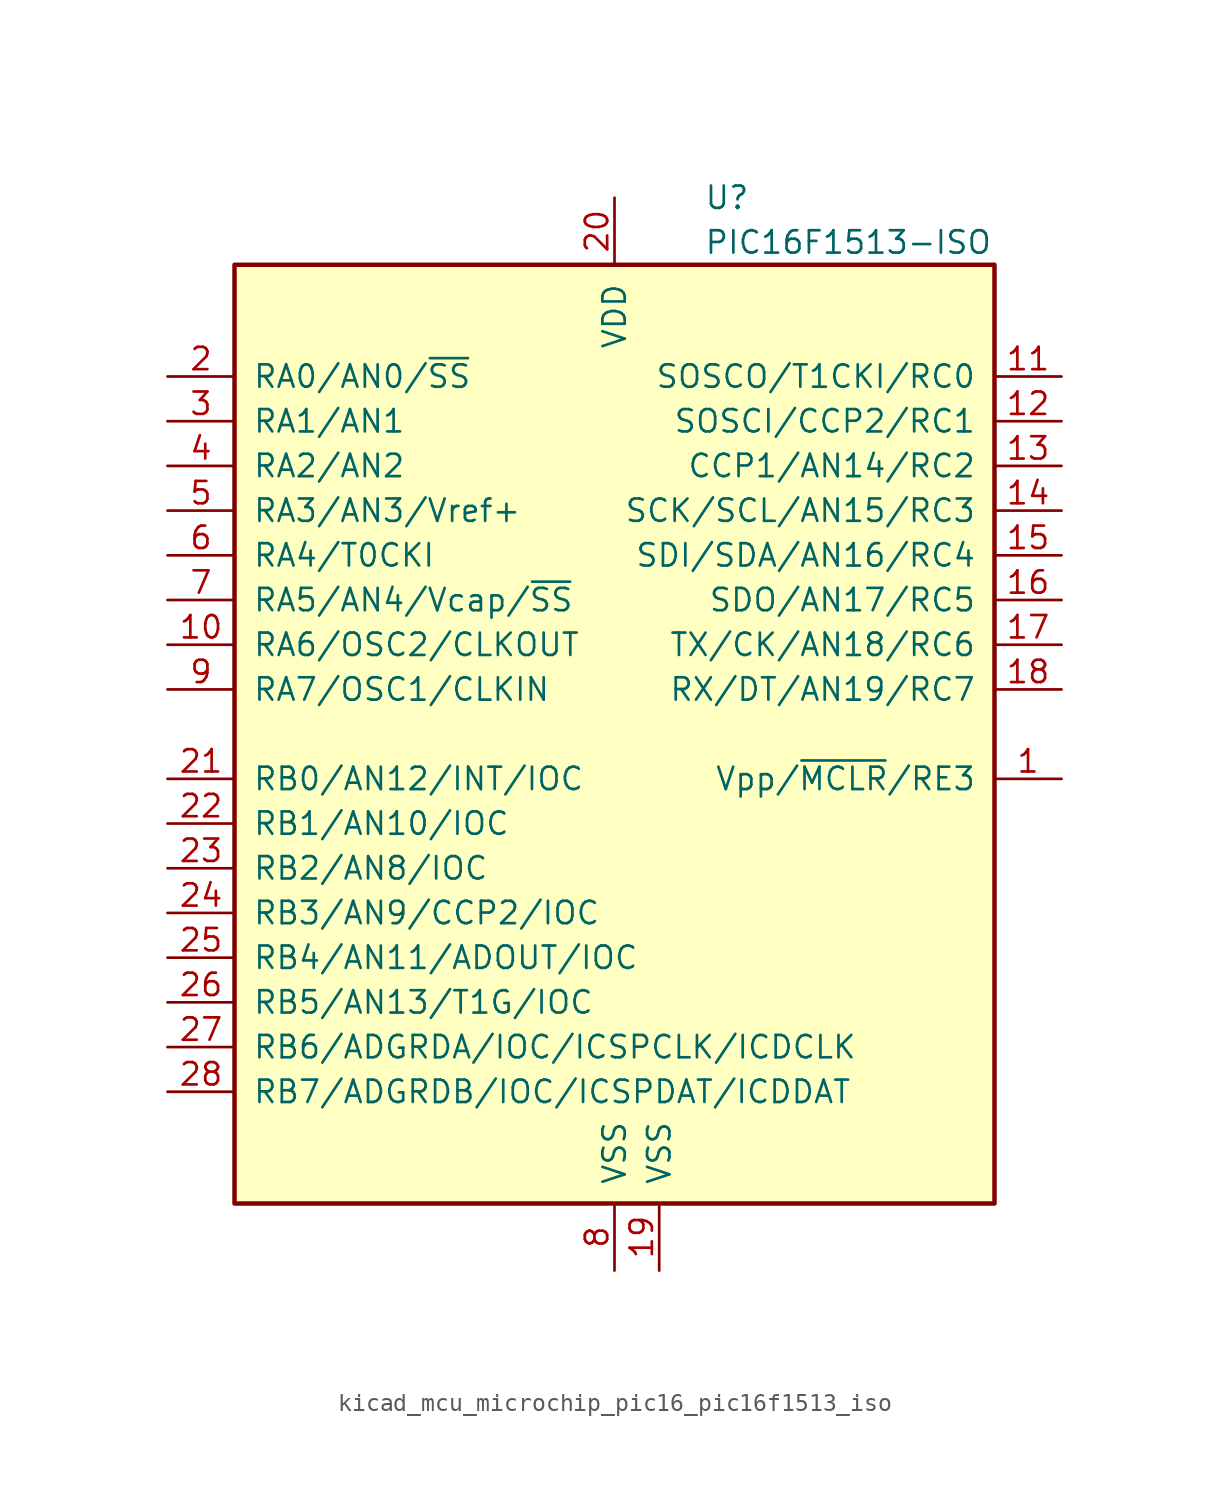
<source format=kicad_sym>
(kicad_symbol_lib
  (version 20220914)
  (generator kicad_symbol_editor)
  (symbol "kicad_mcu_microchip_pic16_pic16f1513_iso"
    (pin_names
      (offset 1.016))
    (property "Reference" "U"
      (at 5.08 30.48 0)
      (effects (font (size 1.27 1.27)) (justify left)))
    (property "Value" "PIC16F1513-ISO"
      (at 5.08 27.94 0)
      (effects (font (size 1.27 1.27)) (justify left)))
    (symbol "kicad_mcu_microchip_pic16_pic16f1513_iso_0_1"
      (rectangle (start -21.59 26.67) (end 21.59 -26.67) (stroke (width 0.254) (type default)) (fill (type background))))
    (symbol "kicad_mcu_microchip_pic16_pic16f1513_iso_1_1"
      (pin input line (at 25.4 -2.54 180) (length 3.81) (name "Vpp/~{MCLR}/RE3" (effects (font (size 1.27 1.27)))) (number "1" (effects (font (size 1.27 1.27)))))
      (pin bidirectional line (at -25.4 5.08 0) (length 3.81) (name "RA6/OSC2/CLKOUT" (effects (font (size 1.27 1.27)))) (number "10" (effects (font (size 1.27 1.27)))))
      (pin bidirectional line (at 25.4 20.32 180) (length 3.81) (name "SOSCO/T1CKI/RC0" (effects (font (size 1.27 1.27)))) (number "11" (effects (font (size 1.27 1.27)))))
      (pin bidirectional line (at 25.4 17.78 180) (length 3.81) (name "SOSCI/CCP2/RC1" (effects (font (size 1.27 1.27)))) (number "12" (effects (font (size 1.27 1.27)))))
      (pin bidirectional line (at 25.4 15.24 180) (length 3.81) (name "CCP1/AN14/RC2" (effects (font (size 1.27 1.27)))) (number "13" (effects (font (size 1.27 1.27)))))
      (pin bidirectional line (at 25.4 12.7 180) (length 3.81) (name "SCK/SCL/AN15/RC3" (effects (font (size 1.27 1.27)))) (number "14" (effects (font (size 1.27 1.27)))))
      (pin bidirectional line (at 25.4 10.16 180) (length 3.81) (name "SDI/SDA/AN16/RC4" (effects (font (size 1.27 1.27)))) (number "15" (effects (font (size 1.27 1.27)))))
      (pin bidirectional line (at 25.4 7.62 180) (length 3.81) (name "SDO/AN17/RC5" (effects (font (size 1.27 1.27)))) (number "16" (effects (font (size 1.27 1.27)))))
      (pin bidirectional line (at 25.4 5.08 180) (length 3.81) (name "TX/CK/AN18/RC6" (effects (font (size 1.27 1.27)))) (number "17" (effects (font (size 1.27 1.27)))))
      (pin bidirectional line (at 25.4 2.54 180) (length 3.81) (name "RX/DT/AN19/RC7" (effects (font (size 1.27 1.27)))) (number "18" (effects (font (size 1.27 1.27)))))
      (pin power_in line (at 2.54 -30.48 90) (length 3.81) (name "VSS" (effects (font (size 1.27 1.27)))) (number "19" (effects (font (size 1.27 1.27)))))
      (pin bidirectional line (at -25.4 20.32 0) (length 3.81) (name "RA0/AN0/~{SS}" (effects (font (size 1.27 1.27)))) (number "2" (effects (font (size 1.27 1.27)))))
      (pin power_in line (at 0 30.48 270) (length 3.81) (name "VDD" (effects (font (size 1.27 1.27)))) (number "20" (effects (font (size 1.27 1.27)))))
      (pin bidirectional line (at -25.4 -2.54 0) (length 3.81) (name "RB0/AN12/INT/IOC" (effects (font (size 1.27 1.27)))) (number "21" (effects (font (size 1.27 1.27)))))
      (pin bidirectional line (at -25.4 -5.08 0) (length 3.81) (name "RB1/AN10/IOC" (effects (font (size 1.27 1.27)))) (number "22" (effects (font (size 1.27 1.27)))))
      (pin bidirectional line (at -25.4 -7.62 0) (length 3.81) (name "RB2/AN8/IOC" (effects (font (size 1.27 1.27)))) (number "23" (effects (font (size 1.27 1.27)))))
      (pin bidirectional line (at -25.4 -10.16 0) (length 3.81) (name "RB3/AN9/CCP2/IOC" (effects (font (size 1.27 1.27)))) (number "24" (effects (font (size 1.27 1.27)))))
      (pin bidirectional line (at -25.4 -12.7 0) (length 3.81) (name "RB4/AN11/ADOUT/IOC" (effects (font (size 1.27 1.27)))) (number "25" (effects (font (size 1.27 1.27)))))
      (pin bidirectional line (at -25.4 -15.24 0) (length 3.81) (name "RB5/AN13/T1G/IOC" (effects (font (size 1.27 1.27)))) (number "26" (effects (font (size 1.27 1.27)))))
      (pin bidirectional line (at -25.4 -17.78 0) (length 3.81) (name "RB6/ADGRDA/IOC/ICSPCLK/ICDCLK" (effects (font (size 1.27 1.27)))) (number "27" (effects (font (size 1.27 1.27)))))
      (pin bidirectional line (at -25.4 -20.32 0) (length 3.81) (name "RB7/ADGRDB/IOC/ICSPDAT/ICDDAT" (effects (font (size 1.27 1.27)))) (number "28" (effects (font (size 1.27 1.27)))))
      (pin bidirectional line (at -25.4 17.78 0) (length 3.81) (name "RA1/AN1" (effects (font (size 1.27 1.27)))) (number "3" (effects (font (size 1.27 1.27)))))
      (pin bidirectional line (at -25.4 15.24 0) (length 3.81) (name "RA2/AN2" (effects (font (size 1.27 1.27)))) (number "4" (effects (font (size 1.27 1.27)))))
      (pin bidirectional line (at -25.4 12.7 0) (length 3.81) (name "RA3/AN3/Vref+" (effects (font (size 1.27 1.27)))) (number "5" (effects (font (size 1.27 1.27)))))
      (pin bidirectional line (at -25.4 10.16 0) (length 3.81) (name "RA4/T0CKI" (effects (font (size 1.27 1.27)))) (number "6" (effects (font (size 1.27 1.27)))))
      (pin bidirectional line (at -25.4 7.62 0) (length 3.81) (name "RA5/AN4/Vcap/~{SS}" (effects (font (size 1.27 1.27)))) (number "7" (effects (font (size 1.27 1.27)))))
      (pin power_in line (at 0 -30.48 90) (length 3.81) (name "VSS" (effects (font (size 1.27 1.27)))) (number "8" (effects (font (size 1.27 1.27)))))
      (pin bidirectional line (at -25.4 2.54 0) (length 3.81) (name "RA7/OSC1/CLKIN" (effects (font (size 1.27 1.27)))) (number "9" (effects (font (size 1.27 1.27))))))))
</source>
